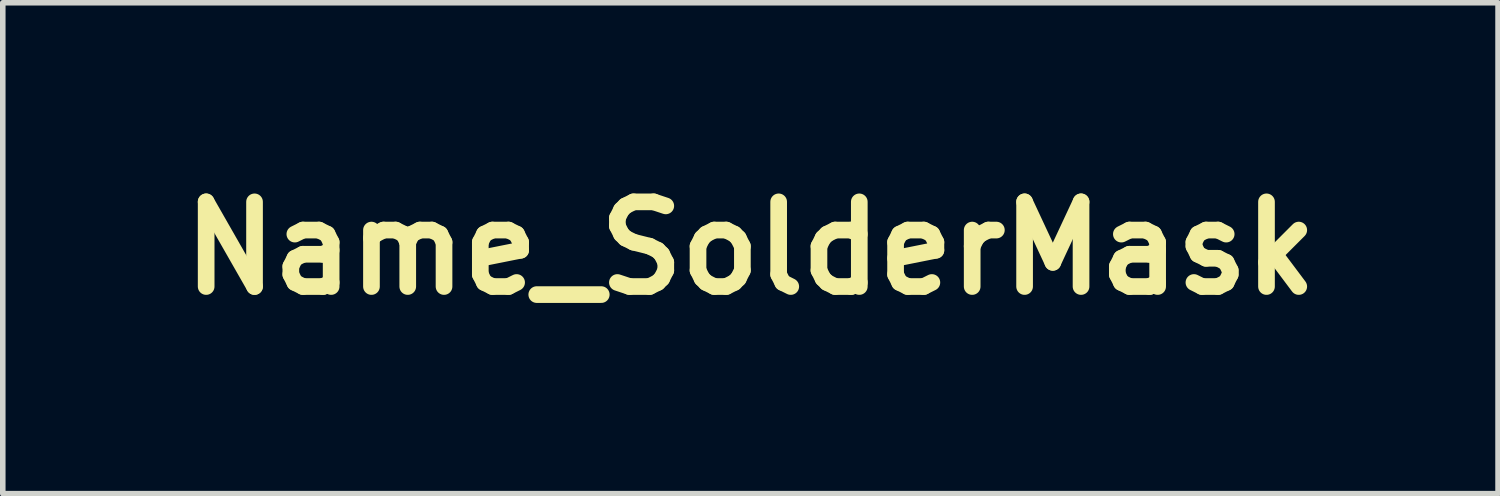
<source format=kicad_pcb>
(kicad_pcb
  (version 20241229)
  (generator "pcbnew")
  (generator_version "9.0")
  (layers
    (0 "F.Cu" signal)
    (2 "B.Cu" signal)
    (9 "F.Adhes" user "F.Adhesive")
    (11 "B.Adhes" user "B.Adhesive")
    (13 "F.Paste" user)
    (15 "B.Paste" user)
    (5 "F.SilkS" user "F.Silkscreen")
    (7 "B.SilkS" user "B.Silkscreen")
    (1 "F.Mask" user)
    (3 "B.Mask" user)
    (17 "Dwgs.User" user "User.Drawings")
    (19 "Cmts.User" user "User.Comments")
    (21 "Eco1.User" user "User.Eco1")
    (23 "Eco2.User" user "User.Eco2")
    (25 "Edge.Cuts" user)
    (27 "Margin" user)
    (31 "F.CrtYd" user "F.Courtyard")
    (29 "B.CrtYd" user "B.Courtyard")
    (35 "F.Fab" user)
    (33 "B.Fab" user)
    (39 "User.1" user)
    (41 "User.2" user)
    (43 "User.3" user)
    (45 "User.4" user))
  (footprint "Name_SolderMask"
    (layer "F.Cu")
    (at 10.458 1.418)
    (property "Reference" "Name_SolderMask" (at 0 0 0) (layer "F.SilkS") (effects (font (size 1.524 1.524) (thickness 0.3))))
    (attr through_hole)
    (fp_poly (pts (xy -6.752 0.811) (xy -6.911 0.815) (xy -6.986 0.816) (xy -7.035 0.815) (xy -7.065 0.81) (xy -7.077 0.802) (xy -7.077 0.801) (xy -7.078 0.784) (xy -7.08 0.741) (xy -7.08 0.676) (xy -7.081 0.591) (xy -7.081 0.489) (xy -7.081 0.373) (xy -7.081 0.246) (xy -7.08 0.113) (xy -7.077 -0.557) (xy -6.752 -0.557) (xy -6.752 0.811)) (stroke (width 0.01) (type solid)) (fill yes) (layer "F.Mask"))
    (fp_poly (pts (xy 1.305 0.811) (xy 1.146 0.815) (xy 1.072 0.816) (xy 1.022 0.815) (xy 0.993 0.81) (xy 0.981 0.802) (xy 0.98 0.801) (xy 0.979 0.784) (xy 0.978 0.741) (xy 0.977 0.676) (xy 0.976 0.591) (xy 0.976 0.489) (xy 0.976 0.373) (xy 0.976 0.246) (xy 0.977 0.113) (xy 0.981 -0.557) (xy 1.305 -0.557) (xy 1.305 0.811)) (stroke (width 0.01) (type solid)) (fill yes) (layer "F.Mask"))
    (fp_poly (pts (xy 3.831 -0.275) (xy 3.69 -0.268) (xy 3.549 -0.261) (xy 3.542 0.275) (xy 3.535 0.811) (xy 3.383 0.815) (xy 3.31 0.816) (xy 3.262 0.815) (xy 3.235 0.809) (xy 3.224 0.801) (xy 3.223 0.783) (xy 3.221 0.741) (xy 3.219 0.676) (xy 3.218 0.593) (xy 3.216 0.495) (xy 3.215 0.385) (xy 3.214 0.266) (xy 3.214 0.261) (xy 3.21 -0.261) (xy 2.92 -0.269) (xy 2.924 -0.413) (xy 2.928 -0.557) (xy 3.831 -0.557) (xy 3.831 -0.275)) (stroke (width 0.01) (type solid)) (fill yes) (layer "F.Mask"))
    (fp_poly (pts (xy 5.147 -0.018) (xy 5.151 0.522) (xy 5.561 0.522) (xy 5.557 0.667) (xy 5.553 0.811) (xy 5.189 0.815) (xy 5.073 0.816) (xy 4.982 0.816) (xy 4.914 0.815) (xy 4.867 0.813) (xy 4.837 0.809) (xy 4.821 0.804) (xy 4.818 0.801) (xy 4.817 0.784) (xy 4.816 0.741) (xy 4.815 0.676) (xy 4.815 0.591) (xy 4.814 0.489) (xy 4.814 0.373) (xy 4.815 0.246) (xy 4.815 0.113) (xy 4.819 -0.557) (xy 5.144 -0.557) (xy 5.147 -0.018)) (stroke (width 0.01) (type solid)) (fill yes) (layer "F.Mask"))
    (fp_poly (pts (xy -2.825 -0.413) (xy -2.821 -0.268) (xy -3.04 -0.268) (xy -3.26 -0.268) (xy -3.26 -0.029) (xy -2.857 -0.021) (xy -2.853 0.123) (xy -2.849 0.268) (xy -3.26 0.268) (xy -3.26 0.521) (xy -2.829 0.529) (xy -2.829 0.811) (xy -3.207 0.815) (xy -3.326 0.816) (xy -3.419 0.816) (xy -3.489 0.815) (xy -3.539 0.813) (xy -3.571 0.81) (xy -3.588 0.805) (xy -3.592 0.801) (xy -3.593 0.784) (xy -3.594 0.741) (xy -3.595 0.676) (xy -3.596 0.591) (xy -3.596 0.489) (xy -3.596 0.373) (xy -3.596 0.246) (xy -3.595 0.113) (xy -3.591 -0.557) (xy -2.829 -0.557) (xy -2.825 -0.413)) (stroke (width 0.01) (type solid)) (fill yes) (layer "F.Mask"))
    (fp_poly (pts (xy -7.475 -0.562) (xy -7.401 -0.56) (xy -7.35 -0.557) (xy -7.322 -0.552) (xy -7.315 -0.549) (xy -7.306 -0.528) (xy -7.3 -0.488) (xy -7.296 -0.436) (xy -7.295 -0.381) (xy -7.297 -0.331) (xy -7.303 -0.295) (xy -7.304 -0.29) (xy -7.311 -0.282) (xy -7.327 -0.275) (xy -7.357 -0.271) (xy -7.404 -0.269) (xy -7.472 -0.268) (xy -7.523 -0.268) (xy -7.733 -0.268) (xy -7.733 -0.029) (xy -7.532 -0.025) (xy -7.331 -0.021) (xy -7.331 0.261) (xy -7.532 0.265) (xy -7.732 0.269) (xy -7.736 0.54) (xy -7.74 0.811) (xy -7.899 0.815) (xy -7.973 0.816) (xy -8.023 0.815) (xy -8.052 0.81) (xy -8.065 0.802) (xy -8.065 0.801) (xy -8.066 0.784) (xy -8.067 0.741) (xy -8.068 0.676) (xy -8.069 0.591) (xy -8.069 0.489) (xy -8.069 0.373) (xy -8.069 0.246) (xy -8.068 0.113) (xy -8.065 -0.557) (xy -7.699 -0.561) (xy -7.574 -0.562) (xy -7.475 -0.562)) (stroke (width 0.01) (type solid)) (fill yes) (layer "F.Mask"))
    (fp_poly (pts (xy -1.087 -0.557) (xy -0.966 -0.556) (xy -0.87 -0.553) (xy -0.793 -0.546) (xy -0.732 -0.536) (xy -0.682 -0.521) (xy -0.639 -0.499) (xy -0.599 -0.471) (xy -0.568 -0.445) (xy -0.507 -0.38) (xy -0.465 -0.309) (xy -0.441 -0.227) (xy -0.432 -0.128) (xy -0.432 -0.106) (xy -0.439 -0.001) (xy -0.46 0.085) (xy -0.499 0.157) (xy -0.557 0.223) (xy -0.565 0.231) (xy -0.628 0.278) (xy -0.7 0.311) (xy -0.786 0.334) (xy -0.894 0.347) (xy -0.913 0.348) (xy -1.044 0.357) (xy -1.047 0.584) (xy -1.051 0.811) (xy -1.21 0.815) (xy -1.285 0.816) (xy -1.335 0.815) (xy -1.364 0.81) (xy -1.376 0.802) (xy -1.376 0.801) (xy -1.378 0.784) (xy -1.379 0.741) (xy -1.379 0.676) (xy -1.38 0.591) (xy -1.38 0.489) (xy -1.38 0.373) (xy -1.38 0.246) (xy -1.38 0.113) (xy -1.379 0.056) (xy -1.044 0.056) (xy -0.977 0.056) (xy -0.923 0.053) (xy -0.87 0.045) (xy -0.858 0.042) (xy -0.8 0.013) (xy -0.763 -0.034) (xy -0.748 -0.098) (xy -0.748 -0.106) (xy -0.759 -0.17) (xy -0.793 -0.218) (xy -0.85 -0.25) (xy -0.93 -0.266) (xy -0.977 -0.268) (xy -1.044 -0.268) (xy -1.044 0.056) (xy -1.379 0.056) (xy -1.376 -0.557) (xy -1.087 -0.557)) (stroke (width 0.01) (type solid)) (fill yes) (layer "F.Mask"))
    (fp_poly (pts (xy 1.958 -0.524) (xy 1.971 -0.501) (xy 1.995 -0.457) (xy 2.028 -0.395) (xy 2.069 -0.318) (xy 2.115 -0.232) (xy 2.165 -0.138) (xy 2.173 -0.122) (xy 2.222 -0.03) (xy 2.267 0.054) (xy 2.306 0.126) (xy 2.338 0.182) (xy 2.361 0.221) (xy 2.373 0.239) (xy 2.374 0.239) (xy 2.377 0.226) (xy 2.38 0.188) (xy 2.382 0.129) (xy 2.385 0.052) (xy 2.386 -0.039) (xy 2.388 -0.14) (xy 2.388 -0.159) (xy 2.392 -0.557) (xy 2.538 -0.561) (xy 2.619 -0.562) (xy 2.674 -0.558) (xy 2.703 -0.55) (xy 2.704 -0.549) (xy 2.708 -0.532) (xy 2.712 -0.489) (xy 2.716 -0.425) (xy 2.719 -0.344) (xy 2.721 -0.247) (xy 2.723 -0.14) (xy 2.724 -0.025) (xy 2.725 0.095) (xy 2.725 0.215) (xy 2.725 0.333) (xy 2.724 0.445) (xy 2.722 0.547) (xy 2.72 0.637) (xy 2.717 0.711) (xy 2.713 0.765) (xy 2.709 0.796) (xy 2.707 0.802) (xy 2.686 0.808) (xy 2.645 0.813) (xy 2.59 0.817) (xy 2.527 0.818) (xy 2.465 0.819) (xy 2.409 0.817) (xy 2.367 0.813) (xy 2.347 0.808) (xy 2.337 0.793) (xy 2.315 0.757) (xy 2.284 0.701) (xy 2.244 0.63) (xy 2.199 0.546) (xy 2.148 0.453) (xy 2.122 0.403) (xy 1.912 0.009) (xy 1.905 0.41) (xy 1.898 0.811) (xy 1.739 0.815) (xy 1.665 0.816) (xy 1.615 0.815) (xy 1.585 0.81) (xy 1.573 0.802) (xy 1.573 0.801) (xy 1.572 0.784) (xy 1.571 0.741) (xy 1.57 0.676) (xy 1.569 0.591) (xy 1.569 0.489) (xy 1.569 0.373) (xy 1.569 0.246) (xy 1.57 0.113) (xy 1.573 -0.557) (xy 1.933 -0.565) (xy 1.958 -0.524)) (stroke (width 0.01) (type solid)) (fill yes) (layer "F.Mask"))
    (fp_poly (pts (xy -6.1 -0.524) (xy -6.087 -0.501) (xy -6.063 -0.457) (xy -6.029 -0.395) (xy -5.989 -0.318) (xy -5.942 -0.232) (xy -5.893 -0.138) (xy -5.884 -0.122) (xy -5.835 -0.03) (xy -5.79 0.054) (xy -5.751 0.126) (xy -5.719 0.182) (xy -5.696 0.221) (xy -5.684 0.239) (xy -5.683 0.239) (xy -5.681 0.226) (xy -5.678 0.188) (xy -5.675 0.129) (xy -5.673 0.052) (xy -5.671 -0.039) (xy -5.67 -0.14) (xy -5.669 -0.159) (xy -5.666 -0.557) (xy -5.52 -0.561) (xy -5.439 -0.562) (xy -5.384 -0.558) (xy -5.355 -0.55) (xy -5.354 -0.549) (xy -5.349 -0.532) (xy -5.345 -0.489) (xy -5.341 -0.425) (xy -5.338 -0.344) (xy -5.336 -0.247) (xy -5.334 -0.14) (xy -5.333 -0.025) (xy -5.332 0.095) (xy -5.332 0.215) (xy -5.333 0.333) (xy -5.334 0.445) (xy -5.335 0.547) (xy -5.338 0.637) (xy -5.341 0.711) (xy -5.344 0.765) (xy -5.349 0.796) (xy -5.351 0.802) (xy -5.371 0.808) (xy -5.412 0.813) (xy -5.468 0.817) (xy -5.53 0.818) (xy -5.593 0.819) (xy -5.648 0.817) (xy -5.69 0.813) (xy -5.71 0.808) (xy -5.72 0.793) (xy -5.742 0.757) (xy -5.774 0.701) (xy -5.813 0.63) (xy -5.859 0.546) (xy -5.909 0.453) (xy -5.936 0.403) (xy -6.145 0.009) (xy -6.152 0.41) (xy -6.16 0.811) (xy -6.319 0.815) (xy -6.393 0.816) (xy -6.443 0.815) (xy -6.472 0.81) (xy -6.484 0.802) (xy -6.484 0.801) (xy -6.486 0.784) (xy -6.487 0.741) (xy -6.488 0.676) (xy -6.488 0.591) (xy -6.489 0.489) (xy -6.489 0.373) (xy -6.488 0.246) (xy -6.488 0.113) (xy -6.484 -0.557) (xy -6.304 -0.561) (xy -6.124 -0.565) (xy -6.1 -0.524)) (stroke (width 0.01) (type solid)) (fill yes) (layer "F.Mask"))
    (fp_poly (pts (xy 7.575 -0.557) (xy 7.653 -0.556) (xy 7.713 -0.555) (xy 7.756 -0.552) (xy 7.789 -0.547) (xy 7.814 -0.541) (xy 7.837 -0.532) (xy 7.846 -0.528) (xy 7.93 -0.474) (xy 7.994 -0.403) (xy 8.035 -0.32) (xy 8.053 -0.227) (xy 8.044 -0.129) (xy 8.043 -0.125) (xy 8.025 -0.071) (xy 7.995 -0.025) (xy 7.959 0.016) (xy 7.892 0.082) (xy 7.945 0.106) (xy 8.007 0.145) (xy 8.065 0.201) (xy 8.11 0.263) (xy 8.12 0.285) (xy 8.135 0.343) (xy 8.141 0.417) (xy 8.138 0.493) (xy 8.127 0.557) (xy 8.1 0.613) (xy 8.053 0.671) (xy 7.993 0.724) (xy 7.927 0.766) (xy 7.888 0.782) (xy 7.857 0.791) (xy 7.822 0.798) (xy 7.777 0.804) (xy 7.719 0.808) (xy 7.643 0.811) (xy 7.545 0.814) (xy 7.49 0.815) (xy 7.383 0.817) (xy 7.302 0.818) (xy 7.242 0.817) (xy 7.202 0.815) (xy 7.177 0.811) (xy 7.164 0.806) (xy 7.161 0.802) (xy 7.16 0.785) (xy 7.159 0.742) (xy 7.158 0.676) (xy 7.157 0.591) (xy 7.157 0.522) (xy 7.478 0.522) (xy 7.578 0.522) (xy 7.636 0.519) (xy 7.69 0.512) (xy 7.725 0.502) (xy 7.774 0.471) (xy 7.799 0.425) (xy 7.803 0.383) (xy 7.796 0.322) (xy 7.771 0.279) (xy 7.726 0.251) (xy 7.66 0.236) (xy 7.593 0.233) (xy 7.486 0.233) (xy 7.482 0.377) (xy 7.478 0.522) (xy 7.157 0.522) (xy 7.157 0.489) (xy 7.157 0.373) (xy 7.157 0.246) (xy 7.158 0.113) (xy 7.16 -0.268) (xy 7.479 -0.268) (xy 7.479 -0.028) (xy 7.563 -0.028) (xy 7.616 -0.031) (xy 7.662 -0.038) (xy 7.684 -0.045) (xy 7.716 -0.074) (xy 7.734 -0.12) (xy 7.736 -0.148) (xy 7.728 -0.201) (xy 7.702 -0.237) (xy 7.656 -0.259) (xy 7.587 -0.268) (xy 7.563 -0.268) (xy 7.479 -0.268) (xy 7.16 -0.268) (xy 7.161 -0.557) (xy 7.472 -0.557) (xy 7.575 -0.557)) (stroke (width 0.01) (type solid)) (fill yes) (layer "F.Mask"))
    (fp_poly (pts (xy -4.316 -0.566) (xy -4.244 -0.55) (xy -4.17 -0.524) (xy -4.099 -0.492) (xy -4.035 -0.456) (xy -3.983 -0.419) (xy -3.949 -0.385) (xy -3.938 -0.355) (xy -3.947 -0.335) (xy -3.971 -0.3) (xy -4.007 -0.257) (xy -4.028 -0.233) (xy -4.117 -0.135) (xy -4.219 -0.188) (xy -4.276 -0.215) (xy -4.32 -0.231) (xy -4.365 -0.238) (xy -4.421 -0.24) (xy -4.421 -0.24) (xy -4.514 -0.232) (xy -4.592 -0.205) (xy -4.661 -0.156) (xy -4.697 -0.12) (xy -4.752 -0.041) (xy -4.784 0.048) (xy -4.793 0.142) (xy -4.78 0.235) (xy -4.745 0.322) (xy -4.687 0.398) (xy -4.668 0.415) (xy -4.594 0.465) (xy -4.511 0.495) (xy -4.425 0.508) (xy -4.34 0.504) (xy -4.262 0.482) (xy -4.195 0.445) (xy -4.144 0.392) (xy -4.126 0.357) (xy -4.113 0.325) (xy -4.106 0.305) (xy -4.106 0.304) (xy -4.12 0.301) (xy -4.155 0.298) (xy -4.209 0.295) (xy -4.272 0.293) (xy -4.438 0.289) (xy -4.442 0.164) (xy -4.442 0.092) (xy -4.438 0.043) (xy -4.43 0.02) (xy -4.41 0.012) (xy -4.366 0.006) (xy -4.305 0.002) (xy -4.232 -0.001) (xy -4.15 -0.002) (xy -4.067 -0.002) (xy -3.986 -0.00007) (xy -3.913 0.003) (xy -3.854 0.008) (xy -3.813 0.014) (xy -3.796 0.021) (xy -3.787 0.041) (xy -3.784 0.076) (xy -3.784 0.132) (xy -3.787 0.183) (xy -3.802 0.316) (xy -3.828 0.427) (xy -3.867 0.522) (xy -3.921 0.605) (xy -3.953 0.643) (xy -4.05 0.728) (xy -4.161 0.789) (xy -4.285 0.825) (xy -4.422 0.836) (xy -4.52 0.83) (xy -4.651 0.801) (xy -4.772 0.748) (xy -4.878 0.675) (xy -4.969 0.583) (xy -5.042 0.477) (xy -5.096 0.359) (xy -5.126 0.232) (xy -5.132 0.099) (xy -5.124 0.026) (xy -5.09 -0.107) (xy -5.032 -0.228) (xy -4.954 -0.334) (xy -4.859 -0.424) (xy -4.75 -0.495) (xy -4.629 -0.545) (xy -4.5 -0.571) (xy -4.366 -0.573) (xy -4.316 -0.566)) (stroke (width 0.01) (type solid)) (fill yes) (layer "F.Mask"))
    (fp_poly (pts (xy -2.3 -0.557) (xy -2.18 -0.556) (xy -2.083 -0.553) (xy -2.006 -0.546) (xy -1.945 -0.536) (xy -1.895 -0.521) (xy -1.852 -0.499) (xy -1.813 -0.471) (xy -1.782 -0.445) (xy -1.712 -0.365) (xy -1.666 -0.271) (xy -1.644 -0.175) (xy -1.642 -0.108) (xy -1.649 -0.031) (xy -1.664 0.045) (xy -1.684 0.108) (xy -1.689 0.119) (xy -1.723 0.172) (xy -1.77 0.224) (xy -1.819 0.265) (xy -1.838 0.277) (xy -1.865 0.295) (xy -1.877 0.311) (xy -1.877 0.311) (xy -1.87 0.326) (xy -1.85 0.362) (xy -1.819 0.414) (xy -1.78 0.478) (xy -1.736 0.55) (xy -1.73 0.56) (xy -1.685 0.633) (xy -1.646 0.698) (xy -1.616 0.751) (xy -1.596 0.788) (xy -1.589 0.806) (xy -1.589 0.807) (xy -1.605 0.812) (xy -1.644 0.815) (xy -1.698 0.818) (xy -1.755 0.818) (xy -1.827 0.818) (xy -1.876 0.815) (xy -1.907 0.811) (xy -1.926 0.802) (xy -1.936 0.794) (xy -1.95 0.774) (xy -1.976 0.734) (xy -2.01 0.68) (xy -2.05 0.614) (xy -2.083 0.561) (xy -2.137 0.472) (xy -2.178 0.409) (xy -2.209 0.369) (xy -2.231 0.355) (xy -2.245 0.366) (xy -2.253 0.402) (xy -2.258 0.464) (xy -2.26 0.552) (xy -2.261 0.582) (xy -2.265 0.811) (xy -2.424 0.815) (xy -2.498 0.816) (xy -2.548 0.815) (xy -2.577 0.81) (xy -2.589 0.802) (xy -2.59 0.801) (xy -2.591 0.784) (xy -2.592 0.741) (xy -2.593 0.676) (xy -2.594 0.591) (xy -2.594 0.489) (xy -2.594 0.373) (xy -2.594 0.246) (xy -2.593 0.113) (xy -2.593 0.056) (xy -2.258 0.056) (xy -2.191 0.056) (xy -2.137 0.053) (xy -2.084 0.045) (xy -2.071 0.042) (xy -2.013 0.013) (xy -1.976 -0.034) (xy -1.962 -0.098) (xy -1.961 -0.106) (xy -1.973 -0.17) (xy -2.007 -0.218) (xy -2.064 -0.25) (xy -2.143 -0.266) (xy -2.191 -0.268) (xy -2.258 -0.268) (xy -2.258 0.056) (xy -2.593 0.056) (xy -2.589 -0.557) (xy -2.3 -0.557)) (stroke (width 0.01) (type solid)) (fill yes) (layer "F.Mask"))
    (fp_poly (pts (xy 0.056 -0.557) (xy 0.177 -0.556) (xy 0.273 -0.553) (xy 0.35 -0.546) (xy 0.411 -0.536) (xy 0.461 -0.521) (xy 0.504 -0.499) (xy 0.544 -0.471) (xy 0.575 -0.445) (xy 0.644 -0.365) (xy 0.69 -0.271) (xy 0.712 -0.175) (xy 0.714 -0.108) (xy 0.707 -0.031) (xy 0.693 0.045) (xy 0.673 0.108) (xy 0.668 0.119) (xy 0.633 0.172) (xy 0.587 0.224) (xy 0.538 0.265) (xy 0.519 0.277) (xy 0.491 0.295) (xy 0.48 0.311) (xy 0.48 0.311) (xy 0.487 0.326) (xy 0.507 0.362) (xy 0.537 0.414) (xy 0.576 0.478) (xy 0.621 0.55) (xy 0.627 0.56) (xy 0.672 0.633) (xy 0.71 0.698) (xy 0.741 0.751) (xy 0.76 0.788) (xy 0.767 0.806) (xy 0.767 0.807) (xy 0.751 0.812) (xy 0.713 0.815) (xy 0.658 0.818) (xy 0.601 0.818) (xy 0.529 0.818) (xy 0.481 0.815) (xy 0.449 0.811) (xy 0.43 0.802) (xy 0.421 0.794) (xy 0.407 0.774) (xy 0.381 0.734) (xy 0.347 0.68) (xy 0.306 0.614) (xy 0.274 0.561) (xy 0.22 0.472) (xy 0.178 0.409) (xy 0.148 0.369) (xy 0.126 0.355) (xy 0.112 0.366) (xy 0.103 0.402) (xy 0.099 0.464) (xy 0.096 0.552) (xy 0.096 0.582) (xy 0.092 0.811) (xy -0.067 0.815) (xy -0.142 0.816) (xy -0.192 0.815) (xy -0.221 0.81) (xy -0.233 0.802) (xy -0.233 0.801) (xy -0.235 0.784) (xy -0.236 0.741) (xy -0.236 0.676) (xy -0.237 0.591) (xy -0.237 0.489) (xy -0.237 0.373) (xy -0.237 0.246) (xy -0.237 0.113) (xy -0.236 0.056) (xy 0.099 0.056) (xy 0.166 0.056) (xy 0.22 0.053) (xy 0.273 0.045) (xy 0.285 0.042) (xy 0.343 0.013) (xy 0.38 -0.034) (xy 0.395 -0.098) (xy 0.395 -0.106) (xy 0.384 -0.17) (xy 0.35 -0.218) (xy 0.293 -0.25) (xy 0.213 -0.266) (xy 0.166 -0.268) (xy 0.099 -0.268) (xy 0.099 0.056) (xy -0.236 0.056) (xy -0.233 -0.557) (xy 0.056 -0.557)) (stroke (width 0.01) (type solid)) (fill yes) (layer "F.Mask"))
    (fp_poly (pts (xy 6.34 -0.564) (xy 6.4 -0.562) (xy 6.451 -0.558) (xy 6.487 -0.553) (xy 6.501 -0.547) (xy 6.51 -0.527) (xy 6.526 -0.484) (xy 6.549 -0.422) (xy 6.577 -0.343) (xy 6.609 -0.25) (xy 6.645 -0.146) (xy 6.683 -0.035) (xy 6.722 0.08) (xy 6.761 0.197) (xy 6.8 0.312) (xy 6.836 0.422) (xy 6.87 0.525) (xy 6.9 0.616) (xy 6.924 0.693) (xy 6.943 0.753) (xy 6.954 0.792) (xy 6.958 0.808) (xy 6.958 0.808) (xy 6.94 0.812) (xy 6.901 0.815) (xy 6.845 0.816) (xy 6.786 0.815) (xy 6.625 0.811) (xy 6.594 0.72) (xy 6.564 0.628) (xy 6.326 0.624) (xy 6.087 0.62) (xy 6.062 0.702) (xy 6.046 0.748) (xy 6.031 0.785) (xy 6.022 0.801) (xy 6.003 0.808) (xy 5.963 0.814) (xy 5.91 0.817) (xy 5.85 0.819) (xy 5.792 0.818) (xy 5.741 0.815) (xy 5.706 0.81) (xy 5.694 0.804) (xy 5.697 0.789) (xy 5.708 0.749) (xy 5.726 0.69) (xy 5.751 0.613) (xy 5.78 0.521) (xy 5.814 0.419) (xy 5.851 0.309) (xy 5.852 0.307) (xy 6.187 0.307) (xy 6.192 0.315) (xy 6.214 0.321) (xy 6.258 0.324) (xy 6.322 0.325) (xy 6.381 0.324) (xy 6.428 0.321) (xy 6.457 0.317) (xy 6.463 0.314) (xy 6.459 0.298) (xy 6.448 0.26) (xy 6.433 0.208) (xy 6.414 0.145) (xy 6.393 0.078) (xy 6.373 0.013) (xy 6.355 -0.046) (xy 6.34 -0.092) (xy 6.33 -0.119) (xy 6.328 -0.125) (xy 6.323 -0.114) (xy 6.31 -0.08) (xy 6.293 -0.029) (xy 6.272 0.037) (xy 6.258 0.08) (xy 6.235 0.153) (xy 6.215 0.218) (xy 6.199 0.268) (xy 6.19 0.3) (xy 6.187 0.307) (xy 5.852 0.307) (xy 5.89 0.194) (xy 5.93 0.077) (xy 5.97 -0.039) (xy 6.009 -0.151) (xy 6.045 -0.254) (xy 6.079 -0.348) (xy 6.107 -0.427) (xy 6.131 -0.49) (xy 6.148 -0.533) (xy 6.157 -0.553) (xy 6.158 -0.554) (xy 6.181 -0.56) (xy 6.224 -0.563) (xy 6.279 -0.565) (xy 6.34 -0.564)) (stroke (width 0.01) (type solid)) (fill yes) (layer "F.Mask")))
  (gr_rect
    (start -3 -3)
    (end 23.915 5.836)
    (stroke (width 0.1) (type default))
    (fill no)
    (layer "Edge.Cuts")))
</source>
